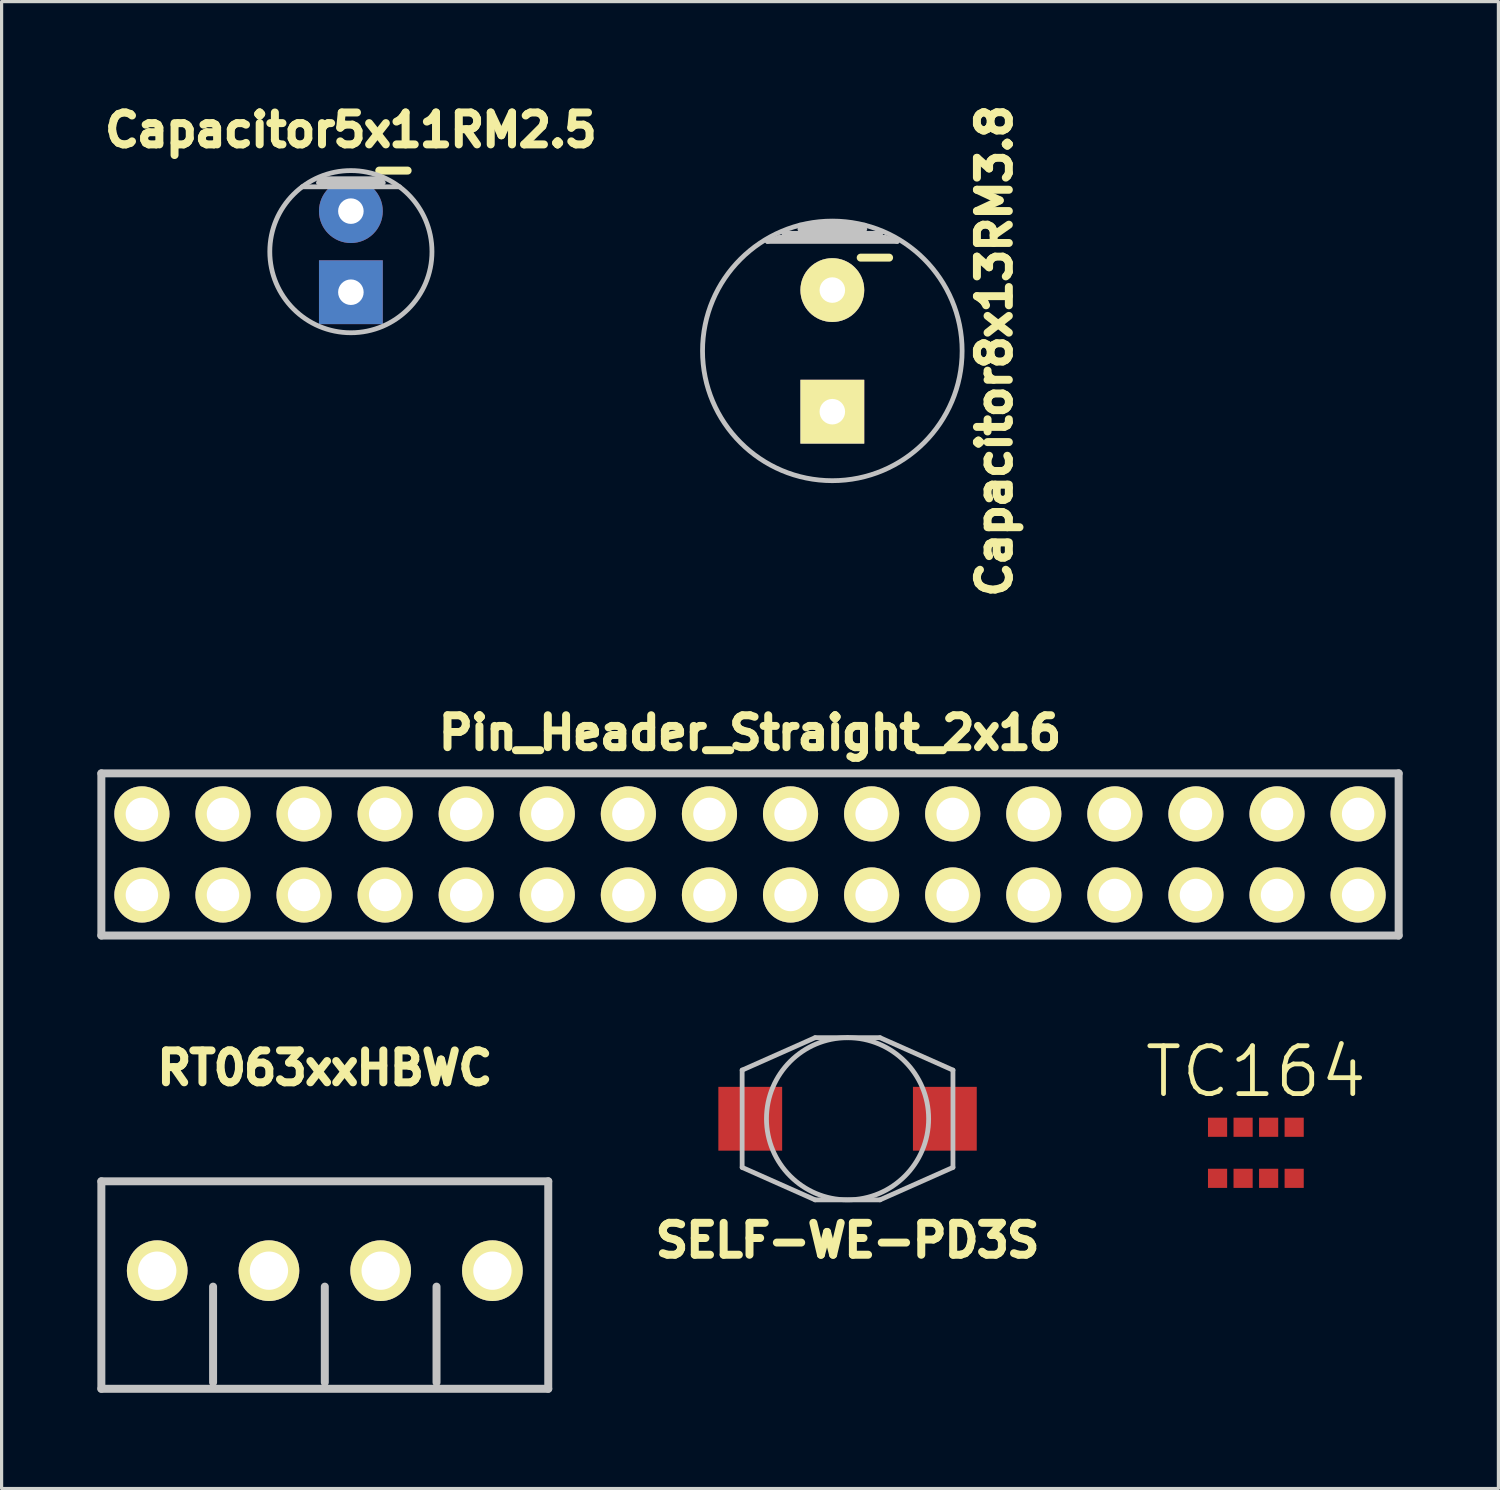
<source format=kicad_pcb>
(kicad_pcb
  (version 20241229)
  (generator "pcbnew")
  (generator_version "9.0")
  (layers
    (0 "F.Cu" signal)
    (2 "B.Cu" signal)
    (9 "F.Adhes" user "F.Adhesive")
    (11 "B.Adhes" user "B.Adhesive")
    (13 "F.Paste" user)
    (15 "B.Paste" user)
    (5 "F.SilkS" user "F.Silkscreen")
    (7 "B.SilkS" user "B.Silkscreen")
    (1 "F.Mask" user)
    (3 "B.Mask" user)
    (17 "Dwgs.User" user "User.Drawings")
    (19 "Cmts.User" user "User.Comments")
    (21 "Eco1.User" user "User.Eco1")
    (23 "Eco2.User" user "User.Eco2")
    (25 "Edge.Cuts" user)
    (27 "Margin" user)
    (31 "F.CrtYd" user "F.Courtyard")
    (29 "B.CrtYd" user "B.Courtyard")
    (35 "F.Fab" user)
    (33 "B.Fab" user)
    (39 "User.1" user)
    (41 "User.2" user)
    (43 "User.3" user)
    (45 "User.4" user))
  (footprint "RT063xxHBWC"
    (layer "F.Cu")
    (at 7.125 36.756)
    (property "Reference" "RT063xxHBWC" (at 0 -6.35 0) (layer "F.SilkS") (effects (font (size 1 1) (thickness 0.25))))
    (attr through_hole)
    (fp_line (start -7 -2.8) (end -7 3.7) (stroke (width 0.25) (type solid)) (layer "Dwgs.User"))
    (fp_line (start -7 -2.8) (end 7 -2.8) (stroke (width 0.25) (type solid)) (layer "Dwgs.User"))
    (fp_line (start -7 3.7) (end 7 3.7) (stroke (width 0.25) (type solid)) (layer "Dwgs.User"))
    (fp_line (start -3.5 0.5) (end -3.5 3.5) (stroke (width 0.25) (type solid)) (layer "Dwgs.User"))
    (fp_line (start 0 0.5) (end 0 3.5) (stroke (width 0.25) (type solid)) (layer "Dwgs.User"))
    (fp_line (start 3.5 0.5) (end 3.5 3.5) (stroke (width 0.25) (type solid)) (layer "Dwgs.User"))
    (fp_line (start 7 -2.8) (end 7 3.7) (stroke (width 0.25) (type solid)) (layer "Dwgs.User"))
    (pad "1" thru_hole circle (at -5.25 0) (size 1.9 1.9) (drill 1.2) (layers "*.Cu" "*.Mask" "F.SilkS"))
    (pad "2" thru_hole circle (at -1.75 0) (size 1.9 1.9) (drill 1.2) (layers "*.Cu" "*.Mask" "F.SilkS"))
    (pad "3" thru_hole circle (at 1.75 0) (size 1.9 1.9) (drill 1.2) (layers "*.Cu" "*.Mask" "F.SilkS"))
    (pad "4" thru_hole circle (at 5.25 0) (size 1.9 1.9) (drill 1.2) (layers "*.Cu" "*.Mask" "F.SilkS")))
  (footprint "Pin_Header_Straight_2x16"
    (layer "F.Cu")
    (at 20.445 23.717)
    (property "Reference" "Pin_Header_Straight_2x16" (at 0 -3.81 0) (layer "F.SilkS") (effects (font (size 1 1) (thickness 0.25))))
    (attr through_hole)
    (fp_line (start -20.32 -2.54) (end 20.32 -2.54) (stroke (width 0.25) (type solid)) (layer "Dwgs.User"))
    (fp_line (start -20.32 2.54) (end -20.32 -2.54) (stroke (width 0.25) (type solid)) (layer "Dwgs.User"))
    (fp_line (start 20.32 -2.54) (end 20.32 2.54) (stroke (width 0.25) (type solid)) (layer "Dwgs.User"))
    (fp_line (start 20.32 2.54) (end -20.32 2.54) (stroke (width 0.25) (type solid)) (layer "Dwgs.User"))
    (pad "1" thru_hole circle (at -19.05 1.27) (size 1.727 1.727) (drill 1.016) (layers "*.Cu" "*.Mask" "F.SilkS"))
    (pad "2" thru_hole oval (at -19.05 -1.27) (size 1.727 1.727) (drill 1.016) (layers "*.Cu" "*.Mask" "F.SilkS"))
    (pad "3" thru_hole oval (at -16.51 1.27) (size 1.727 1.727) (drill 1.016) (layers "*.Cu" "*.Mask" "F.SilkS"))
    (pad "4" thru_hole oval (at -16.51 -1.27) (size 1.727 1.727) (drill 1.016) (layers "*.Cu" "*.Mask" "F.SilkS"))
    (pad "5" thru_hole oval (at -13.97 1.27) (size 1.727 1.727) (drill 1.016) (layers "*.Cu" "*.Mask" "F.SilkS"))
    (pad "6" thru_hole oval (at -13.97 -1.27) (size 1.727 1.727) (drill 1.016) (layers "*.Cu" "*.Mask" "F.SilkS"))
    (pad "7" thru_hole oval (at -11.43 1.27) (size 1.727 1.727) (drill 1.016) (layers "*.Cu" "*.Mask" "F.SilkS"))
    (pad "8" thru_hole oval (at -11.43 -1.27) (size 1.727 1.727) (drill 1.016) (layers "*.Cu" "*.Mask" "F.SilkS"))
    (pad "9" thru_hole oval (at -8.89 1.27) (size 1.727 1.727) (drill 1.016) (layers "*.Cu" "*.Mask" "F.SilkS"))
    (pad "10" thru_hole oval (at -8.89 -1.27) (size 1.727 1.727) (drill 1.016) (layers "*.Cu" "*.Mask" "F.SilkS"))
    (pad "11" thru_hole oval (at -6.35 1.27) (size 1.727 1.727) (drill 1.016) (layers "*.Cu" "*.Mask" "F.SilkS"))
    (pad "12" thru_hole oval (at -6.35 -1.27) (size 1.727 1.727) (drill 1.016) (layers "*.Cu" "*.Mask" "F.SilkS"))
    (pad "13" thru_hole oval (at -3.81 1.27) (size 1.727 1.727) (drill 1.016) (layers "*.Cu" "*.Mask" "F.SilkS"))
    (pad "14" thru_hole oval (at -3.81 -1.27) (size 1.727 1.727) (drill 1.016) (layers "*.Cu" "*.Mask" "F.SilkS"))
    (pad "15" thru_hole oval (at -1.27 1.27) (size 1.727 1.727) (drill 1.016) (layers "*.Cu" "*.Mask" "F.SilkS"))
    (pad "16" thru_hole oval (at -1.27 -1.27) (size 1.727 1.727) (drill 1.016) (layers "*.Cu" "*.Mask" "F.SilkS"))
    (pad "17" thru_hole oval (at 1.27 1.27) (size 1.727 1.727) (drill 1.016) (layers "*.Cu" "*.Mask" "F.SilkS"))
    (pad "18" thru_hole oval (at 1.27 -1.27) (size 1.727 1.727) (drill 1.016) (layers "*.Cu" "*.Mask" "F.SilkS"))
    (pad "19" thru_hole oval (at 3.81 1.27) (size 1.727 1.727) (drill 1.016) (layers "*.Cu" "*.Mask" "F.SilkS"))
    (pad "20" thru_hole oval (at 3.81 -1.27) (size 1.727 1.727) (drill 1.016) (layers "*.Cu" "*.Mask" "F.SilkS"))
    (pad "21" thru_hole oval (at 6.35 1.27) (size 1.727 1.727) (drill 1.016) (layers "*.Cu" "*.Mask" "F.SilkS"))
    (pad "22" thru_hole oval (at 6.35 -1.27) (size 1.727 1.727) (drill 1.016) (layers "*.Cu" "*.Mask" "F.SilkS"))
    (pad "23" thru_hole oval (at 8.89 1.27) (size 1.727 1.727) (drill 1.016) (layers "*.Cu" "*.Mask" "F.SilkS"))
    (pad "24" thru_hole oval (at 8.89 -1.27) (size 1.727 1.727) (drill 1.016) (layers "*.Cu" "*.Mask" "F.SilkS"))
    (pad "25" thru_hole oval (at 11.43 1.27) (size 1.727 1.727) (drill 1.016) (layers "*.Cu" "*.Mask" "F.SilkS"))
    (pad "26" thru_hole oval (at 11.43 -1.27) (size 1.727 1.727) (drill 1.016) (layers "*.Cu" "*.Mask" "F.SilkS"))
    (pad "27" thru_hole oval (at 13.97 1.27) (size 1.727 1.727) (drill 1.016) (layers "*.Cu" "*.Mask" "F.SilkS"))
    (pad "28" thru_hole oval (at 13.97 -1.27) (size 1.727 1.727) (drill 1.016) (layers "*.Cu" "*.Mask" "F.SilkS"))
    (pad "29" thru_hole oval (at 16.51 1.27) (size 1.727 1.727) (drill 1.016) (layers "*.Cu" "*.Mask" "F.SilkS"))
    (pad "30" thru_hole oval (at 16.51 -1.27) (size 1.727 1.727) (drill 1.016) (layers "*.Cu" "*.Mask" "F.SilkS"))
    (pad "31" thru_hole oval (at 19.05 1.27) (size 1.727 1.727) (drill 1.016) (layers "*.Cu" "*.Mask" "F.SilkS"))
    (pad "32" thru_hole oval (at 19.05 -1.27) (size 1.727 1.727) (drill 1.016) (layers "*.Cu" "*.Mask" "F.SilkS")))
  (footprint "Capacitor8x13RM3.8"
    (layer "F.Cu")
    (at 23.024 7.942)
    (property "Reference" "Capacitor8x13RM3.8" (at 5.08 0 90) (layer "F.SilkS") (effects (font (size 1 1) (thickness 0.25))))
    (attr through_hole)
    (fp_line (start 0.889 -2.921) (end 1.778 -2.921) (stroke (width 0.25) (type solid)) (layer "F.SilkS"))
    (fp_line (start -2.032 -3.429) (end -1.651 -3.556) (stroke (width 0.15) (type solid)) (layer "Dwgs.User"))
    (fp_line (start -1.651 -3.556) (end 1.651 -3.556) (stroke (width 0.15) (type solid)) (layer "Dwgs.User"))
    (fp_line (start -1.524 -3.683) (end 1.524 -3.683) (stroke (width 0.15) (type solid)) (layer "Dwgs.User"))
    (fp_line (start -1.016 -3.81) (end 1.016 -3.81) (stroke (width 0.15) (type solid)) (layer "Dwgs.User"))
    (fp_line (start 1.016 -3.937) (end -1.016 -3.937) (stroke (width 0.15) (type solid)) (layer "Dwgs.User"))
    (fp_line (start 1.651 -3.556) (end 2.032 -3.429) (stroke (width 0.15) (type solid)) (layer "Dwgs.User"))
    (fp_line (start 2.032 -3.429) (end -2.032 -3.429) (stroke (width 0.15) (type solid)) (layer "Dwgs.User"))
    (fp_circle (center 0 0) (end -4.064 0.127) (stroke (width 0.15) (type solid)) (fill no) (layer "Dwgs.User"))
    (pad "1" thru_hole rect (at 0 1.905) (size 1.999 1.999) (drill 0.8) (layers "*.Cu" "*.Mask" "F.SilkS"))
    (pad "2" thru_hole circle (at 0 -1.905) (size 1.999 1.999) (drill 0.8) (layers "*.Cu" "*.Mask" "F.SilkS")))
  (footprint "Capacitor5x11RM2.5"
    (layer "F.Cu")
    (at 7.942 4.834)
    (property "Reference" "Capacitor5x11RM2.5" (at 0 -3.81 180) (layer "F.SilkS") (effects (font (size 1 1) (thickness 0.25))))
    (attr through_hole)
    (fp_line (start 0.889 -2.54) (end 1.778 -2.54) (stroke (width 0.25) (type solid)) (layer "F.SilkS"))
    (fp_line (start -1.524 -2.032) (end 1.524 -2.032) (stroke (width 0.15) (type solid)) (layer "Dwgs.User"))
    (fp_line (start -1.016 -2.159) (end 1.016 -2.159) (stroke (width 0.15) (type solid)) (layer "Dwgs.User"))
    (fp_line (start 1.016 -2.286) (end -1.016 -2.286) (stroke (width 0.15) (type solid)) (layer "Dwgs.User"))
    (fp_circle (center 0 0) (end -2.54 0) (stroke (width 0.15) (type solid)) (fill no) (layer "Dwgs.User"))
    (pad "1" thru_hole rect (at 0 1.27) (size 1.999 1.999) (drill 0.8) (layers "*.Cu" "*.Mask"))
    (pad "2" thru_hole circle (at 0 -1.27) (size 1.999 1.999) (drill 0.8) (layers "*.Cu" "*.Mask")))
  (footprint "TC164"
    (layer "F.Cu")
    (at 36.292 33.063)
    (property "Reference" "TC164" (at 0 -2.54 0) (layer "F.SilkS") (effects (font (size 1.5 1.5) (thickness 0.15))))
    (attr through_hole)
    (pad "1" smd rect (at -1.2 0.8) (size 0.6 0.6) (layers "F.Cu" "F.Mask" "F.Paste"))
    (pad "2" smd rect (at -0.4 0.8) (size 0.6 0.6) (layers "F.Cu" "F.Mask" "F.Paste"))
    (pad "3" smd rect (at 0.4 0.8) (size 0.6 0.6) (layers "F.Cu" "F.Mask" "F.Paste"))
    (pad "4" smd rect (at 1.2 0.8) (size 0.6 0.6) (layers "F.Cu" "F.Mask" "F.Paste"))
    (pad "5" smd rect (at 1.2 -0.8) (size 0.6 0.6) (layers "F.Cu" "F.Mask" "F.Paste"))
    (pad "6" smd rect (at 0.4 -0.8) (size 0.6 0.6) (layers "F.Cu" "F.Mask" "F.Paste"))
    (pad "7" smd rect (at -0.4 -0.8) (size 0.6 0.6) (layers "F.Cu" "F.Mask" "F.Paste"))
    (pad "8" smd rect (at -1.2 -0.8) (size 0.6 0.6) (layers "F.Cu" "F.Mask" "F.Paste")))
  (footprint "SELF-WE-PD3S"
    (layer "F.Cu")
    (at 23.501 31.997)
    (property "Reference" "SELF-WE-PD3S" (at 0 3.81 180) (layer "F.SilkS") (effects (font (size 1 1) (thickness 0.25))))
    (attr smd)
    (fp_line (start -3.302 -1.524) (end -1.016 -2.54) (stroke (width 0.15) (type solid)) (layer "Dwgs.User"))
    (fp_line (start -3.302 1.524) (end -3.302 -1.524) (stroke (width 0.15) (type solid)) (layer "Dwgs.User"))
    (fp_line (start -1.016 -2.54) (end 0 -2.54) (stroke (width 0.15) (type solid)) (layer "Dwgs.User"))
    (fp_line (start -1.016 2.54) (end -3.302 1.524) (stroke (width 0.15) (type solid)) (layer "Dwgs.User"))
    (fp_line (start 0 -2.54) (end 1.016 -2.54) (stroke (width 0.15) (type solid)) (layer "Dwgs.User"))
    (fp_line (start 1.016 -2.54) (end 3.302 -1.524) (stroke (width 0.15) (type solid)) (layer "Dwgs.User"))
    (fp_line (start 1.016 2.54) (end -1.016 2.54) (stroke (width 0.15) (type solid)) (layer "Dwgs.User"))
    (fp_line (start 3.302 -1.524) (end 3.302 1.524) (stroke (width 0.15) (type solid)) (layer "Dwgs.User"))
    (fp_line (start 3.302 1.524) (end 1.016 2.54) (stroke (width 0.15) (type solid)) (layer "Dwgs.User"))
    (fp_circle (center 0 0) (end 0 2.54) (stroke (width 0.15) (type solid)) (fill no) (layer "Dwgs.User"))
    (pad "1" smd rect (at -3.048 0) (size 1.999 1.999) (layers "F.Cu" "F.Mask" "F.Paste"))
    (pad "2" smd rect (at 3.048 0) (size 1.999 1.999) (layers "F.Cu" "F.Mask" "F.Paste")))
  (gr_rect
    (start -3 -3)
    (end 43.89 43.581)
    (stroke (width 0.1) (type default))
    (fill no)
    (layer "Edge.Cuts")))
</source>
